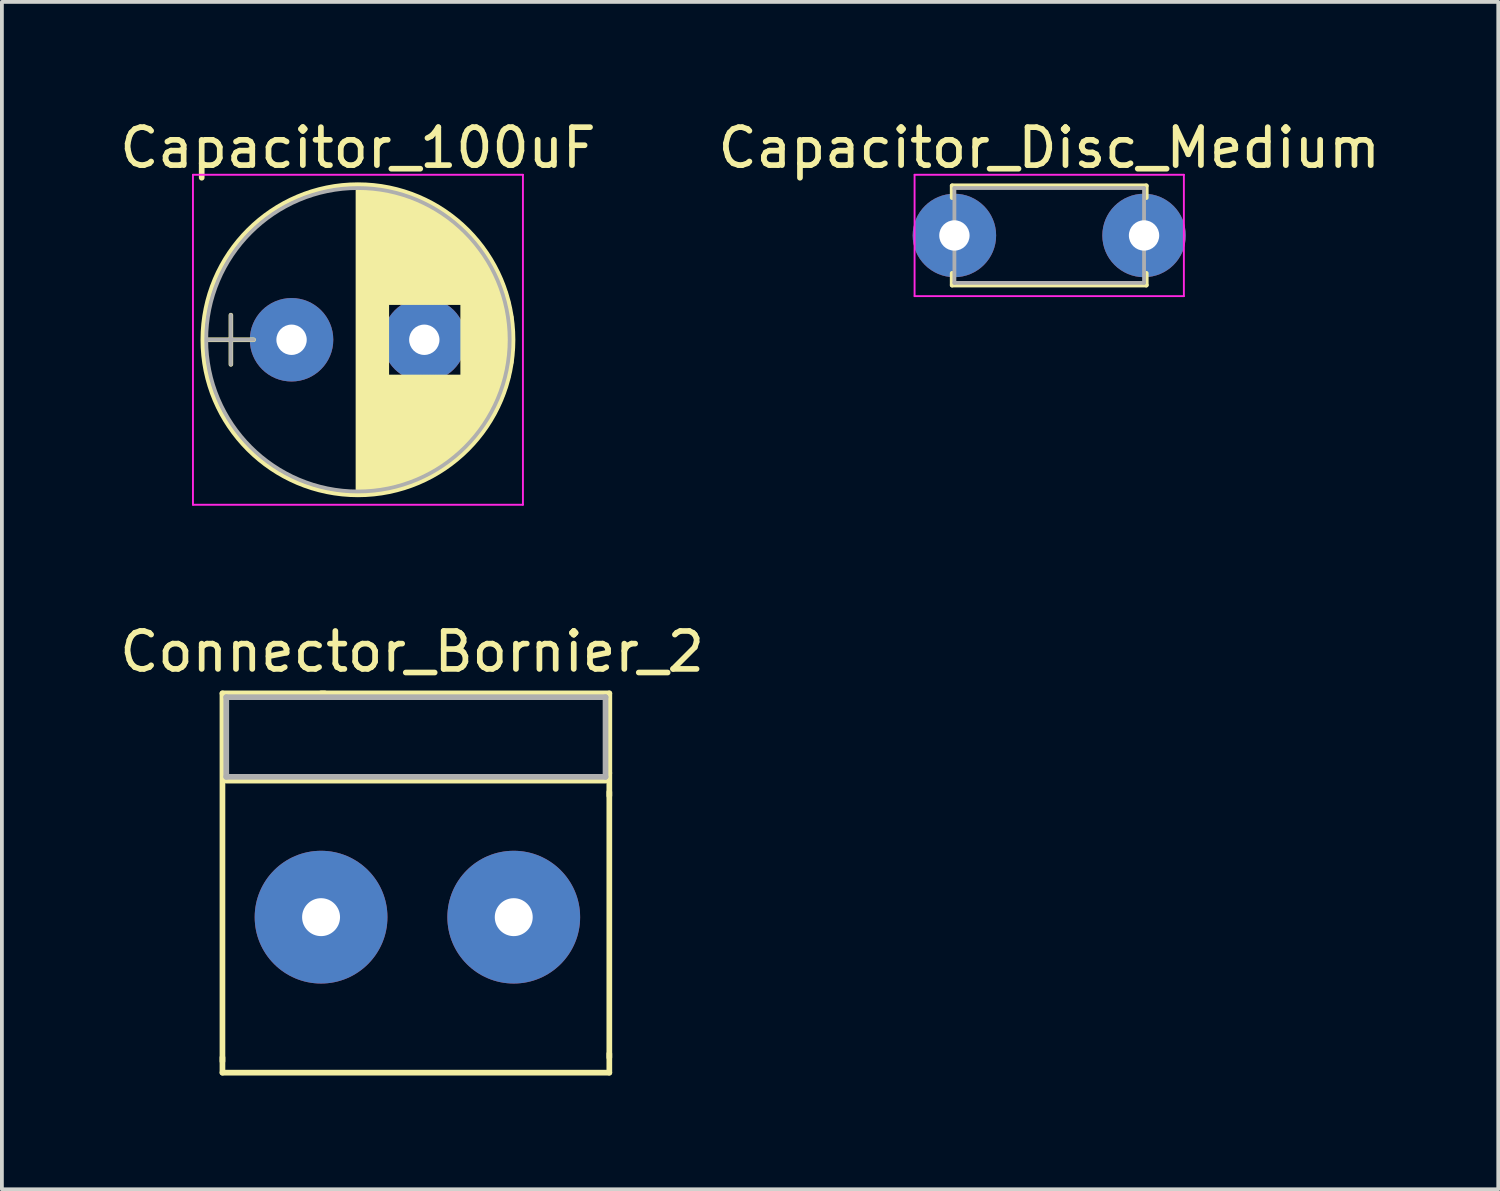
<source format=kicad_pcb>
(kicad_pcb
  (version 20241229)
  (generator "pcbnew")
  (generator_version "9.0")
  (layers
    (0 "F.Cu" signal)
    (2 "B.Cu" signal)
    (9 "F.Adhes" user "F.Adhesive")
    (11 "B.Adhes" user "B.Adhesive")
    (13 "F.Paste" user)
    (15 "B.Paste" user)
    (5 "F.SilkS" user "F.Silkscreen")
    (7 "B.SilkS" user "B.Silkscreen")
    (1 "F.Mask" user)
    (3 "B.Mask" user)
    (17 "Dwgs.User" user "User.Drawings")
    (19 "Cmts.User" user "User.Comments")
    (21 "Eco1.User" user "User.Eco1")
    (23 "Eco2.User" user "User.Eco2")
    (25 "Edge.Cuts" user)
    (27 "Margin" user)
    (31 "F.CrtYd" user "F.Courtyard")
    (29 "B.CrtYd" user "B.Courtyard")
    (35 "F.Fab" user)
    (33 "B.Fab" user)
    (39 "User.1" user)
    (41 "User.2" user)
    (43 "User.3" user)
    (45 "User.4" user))
  (footprint "Capacitor_Disc_Medium"
    (layer "F.Cu")
    (at 22.113 3.158)
    (property "Reference" "Capacitor_Disc_Medium" (at 2.5 -2.31 0) (layer "F.SilkS") (effects (font (size 1 1) (thickness 0.15))))
    (attr through_hole)
    (fp_line (start -0.06 -1.31) (end -0.06 -0.996) (stroke (width 0.12) (type solid)) (layer "F.SilkS"))
    (fp_line (start -0.06 -1.31) (end 5.06 -1.31) (stroke (width 0.12) (type solid)) (layer "F.SilkS"))
    (fp_line (start -0.06 0.996) (end -0.06 1.31) (stroke (width 0.12) (type solid)) (layer "F.SilkS"))
    (fp_line (start -0.06 1.31) (end 5.06 1.31) (stroke (width 0.12) (type solid)) (layer "F.SilkS"))
    (fp_line (start 5.06 -1.31) (end 5.06 -0.996) (stroke (width 0.12) (type solid)) (layer "F.SilkS"))
    (fp_line (start 5.06 0.996) (end 5.06 1.31) (stroke (width 0.12) (type solid)) (layer "F.SilkS"))
    (fp_line (start -1.05 -1.6) (end -1.05 1.6) (stroke (width 0.05) (type solid)) (layer "F.CrtYd"))
    (fp_line (start -1.05 1.6) (end 6.05 1.6) (stroke (width 0.05) (type solid)) (layer "F.CrtYd"))
    (fp_line (start 6.05 -1.6) (end -1.05 -1.6) (stroke (width 0.05) (type solid)) (layer "F.CrtYd"))
    (fp_line (start 6.05 1.6) (end 6.05 -1.6) (stroke (width 0.05) (type solid)) (layer "F.CrtYd"))
    (fp_line (start 0 -1.25) (end 0 1.25) (stroke (width 0.1) (type solid)) (layer "F.Fab"))
    (fp_line (start 0 1.25) (end 5 1.25) (stroke (width 0.1) (type solid)) (layer "F.Fab"))
    (fp_line (start 5 -1.25) (end 0 -1.25) (stroke (width 0.1) (type solid)) (layer "F.Fab"))
    (fp_line (start 5 1.25) (end 5 -1.25) (stroke (width 0.1) (type solid)) (layer "F.Fab"))
    (pad "1" thru_hole circle (at 0 0) (size 2.2 2.2) (drill 0.8) (layers "*.Cu" "*.Mask"))
    (pad "2" thru_hole circle (at 5 0) (size 2.2 2.2) (drill 0.8) (layers "*.Cu" "*.Mask")))
  (footprint "Capacitor_100uF"
    (layer "F.Cu")
    (at 4.637 5.908)
    (property "Reference" "Capacitor_100uF" (at 1.75 -5.06 0) (layer "F.SilkS") (effects (font (size 1 1) (thickness 0.15))))
    (attr through_hole)
    (fp_line (start -2.2 0) (end -1 0) (stroke (width 0.12) (type solid)) (layer "F.SilkS"))
    (fp_line (start -1.6 -0.65) (end -1.6 0.65) (stroke (width 0.12) (type solid)) (layer "F.SilkS"))
    (fp_line (start 1.75 -4.05) (end 1.75 4.05) (stroke (width 0.12) (type solid)) (layer "F.SilkS"))
    (fp_line (start 1.79 -4.05) (end 1.79 4.05) (stroke (width 0.12) (type solid)) (layer "F.SilkS"))
    (fp_line (start 1.83 -4.05) (end 1.83 4.05) (stroke (width 0.12) (type solid)) (layer "F.SilkS"))
    (fp_line (start 1.87 -4.049) (end 1.87 4.049) (stroke (width 0.12) (type solid)) (layer "F.SilkS"))
    (fp_line (start 1.91 -4.047) (end 1.91 4.047) (stroke (width 0.12) (type solid)) (layer "F.SilkS"))
    (fp_line (start 1.95 -4.046) (end 1.95 4.046) (stroke (width 0.12) (type solid)) (layer "F.SilkS"))
    (fp_line (start 1.99 -4.043) (end 1.99 4.043) (stroke (width 0.12) (type solid)) (layer "F.SilkS"))
    (fp_line (start 2.03 -4.041) (end 2.03 4.041) (stroke (width 0.12) (type solid)) (layer "F.SilkS"))
    (fp_line (start 2.07 -4.038) (end 2.07 4.038) (stroke (width 0.12) (type solid)) (layer "F.SilkS"))
    (fp_line (start 2.11 -4.035) (end 2.11 4.035) (stroke (width 0.12) (type solid)) (layer "F.SilkS"))
    (fp_line (start 2.15 -4.031) (end 2.15 4.031) (stroke (width 0.12) (type solid)) (layer "F.SilkS"))
    (fp_line (start 2.19 -4.027) (end 2.19 4.027) (stroke (width 0.12) (type solid)) (layer "F.SilkS"))
    (fp_line (start 2.23 -4.022) (end 2.23 4.022) (stroke (width 0.12) (type solid)) (layer "F.SilkS"))
    (fp_line (start 2.27 -4.017) (end 2.27 4.017) (stroke (width 0.12) (type solid)) (layer "F.SilkS"))
    (fp_line (start 2.31 -4.012) (end 2.31 4.012) (stroke (width 0.12) (type solid)) (layer "F.SilkS"))
    (fp_line (start 2.35 -4.006) (end 2.35 4.006) (stroke (width 0.12) (type solid)) (layer "F.SilkS"))
    (fp_line (start 2.39 -4) (end 2.39 4) (stroke (width 0.12) (type solid)) (layer "F.SilkS"))
    (fp_line (start 2.43 -3.994) (end 2.43 3.994) (stroke (width 0.12) (type solid)) (layer "F.SilkS"))
    (fp_line (start 2.471 -3.987) (end 2.471 3.987) (stroke (width 0.12) (type solid)) (layer "F.SilkS"))
    (fp_line (start 2.511 -3.979) (end 2.511 3.979) (stroke (width 0.12) (type solid)) (layer "F.SilkS"))
    (fp_line (start 2.551 -3.971) (end 2.551 -0.98) (stroke (width 0.12) (type solid)) (layer "F.SilkS"))
    (fp_line (start 2.551 0.98) (end 2.551 3.971) (stroke (width 0.12) (type solid)) (layer "F.SilkS"))
    (fp_line (start 2.591 -3.963) (end 2.591 -0.98) (stroke (width 0.12) (type solid)) (layer "F.SilkS"))
    (fp_line (start 2.591 0.98) (end 2.591 3.963) (stroke (width 0.12) (type solid)) (layer "F.SilkS"))
    (fp_line (start 2.631 -3.955) (end 2.631 -0.98) (stroke (width 0.12) (type solid)) (layer "F.SilkS"))
    (fp_line (start 2.631 0.98) (end 2.631 3.955) (stroke (width 0.12) (type solid)) (layer "F.SilkS"))
    (fp_line (start 2.671 -3.946) (end 2.671 -0.98) (stroke (width 0.12) (type solid)) (layer "F.SilkS"))
    (fp_line (start 2.671 0.98) (end 2.671 3.946) (stroke (width 0.12) (type solid)) (layer "F.SilkS"))
    (fp_line (start 2.711 -3.936) (end 2.711 -0.98) (stroke (width 0.12) (type solid)) (layer "F.SilkS"))
    (fp_line (start 2.711 0.98) (end 2.711 3.936) (stroke (width 0.12) (type solid)) (layer "F.SilkS"))
    (fp_line (start 2.751 -3.926) (end 2.751 -0.98) (stroke (width 0.12) (type solid)) (layer "F.SilkS"))
    (fp_line (start 2.751 0.98) (end 2.751 3.926) (stroke (width 0.12) (type solid)) (layer "F.SilkS"))
    (fp_line (start 2.791 -3.916) (end 2.791 -0.98) (stroke (width 0.12) (type solid)) (layer "F.SilkS"))
    (fp_line (start 2.791 0.98) (end 2.791 3.916) (stroke (width 0.12) (type solid)) (layer "F.SilkS"))
    (fp_line (start 2.831 -3.905) (end 2.831 -0.98) (stroke (width 0.12) (type solid)) (layer "F.SilkS"))
    (fp_line (start 2.831 0.98) (end 2.831 3.905) (stroke (width 0.12) (type solid)) (layer "F.SilkS"))
    (fp_line (start 2.871 -3.894) (end 2.871 -0.98) (stroke (width 0.12) (type solid)) (layer "F.SilkS"))
    (fp_line (start 2.871 0.98) (end 2.871 3.894) (stroke (width 0.12) (type solid)) (layer "F.SilkS"))
    (fp_line (start 2.911 -3.883) (end 2.911 -0.98) (stroke (width 0.12) (type solid)) (layer "F.SilkS"))
    (fp_line (start 2.911 0.98) (end 2.911 3.883) (stroke (width 0.12) (type solid)) (layer "F.SilkS"))
    (fp_line (start 2.951 -3.87) (end 2.951 -0.98) (stroke (width 0.12) (type solid)) (layer "F.SilkS"))
    (fp_line (start 2.951 0.98) (end 2.951 3.87) (stroke (width 0.12) (type solid)) (layer "F.SilkS"))
    (fp_line (start 2.991 -3.858) (end 2.991 -0.98) (stroke (width 0.12) (type solid)) (layer "F.SilkS"))
    (fp_line (start 2.991 0.98) (end 2.991 3.858) (stroke (width 0.12) (type solid)) (layer "F.SilkS"))
    (fp_line (start 3.031 -3.845) (end 3.031 -0.98) (stroke (width 0.12) (type solid)) (layer "F.SilkS"))
    (fp_line (start 3.031 0.98) (end 3.031 3.845) (stroke (width 0.12) (type solid)) (layer "F.SilkS"))
    (fp_line (start 3.071 -3.832) (end 3.071 -0.98) (stroke (width 0.12) (type solid)) (layer "F.SilkS"))
    (fp_line (start 3.071 0.98) (end 3.071 3.832) (stroke (width 0.12) (type solid)) (layer "F.SilkS"))
    (fp_line (start 3.111 -3.818) (end 3.111 -0.98) (stroke (width 0.12) (type solid)) (layer "F.SilkS"))
    (fp_line (start 3.111 0.98) (end 3.111 3.818) (stroke (width 0.12) (type solid)) (layer "F.SilkS"))
    (fp_line (start 3.151 -3.803) (end 3.151 -0.98) (stroke (width 0.12) (type solid)) (layer "F.SilkS"))
    (fp_line (start 3.151 0.98) (end 3.151 3.803) (stroke (width 0.12) (type solid)) (layer "F.SilkS"))
    (fp_line (start 3.191 -3.789) (end 3.191 -0.98) (stroke (width 0.12) (type solid)) (layer "F.SilkS"))
    (fp_line (start 3.191 0.98) (end 3.191 3.789) (stroke (width 0.12) (type solid)) (layer "F.SilkS"))
    (fp_line (start 3.231 -3.773) (end 3.231 -0.98) (stroke (width 0.12) (type solid)) (layer "F.SilkS"))
    (fp_line (start 3.231 0.98) (end 3.231 3.773) (stroke (width 0.12) (type solid)) (layer "F.SilkS"))
    (fp_line (start 3.271 -3.758) (end 3.271 -0.98) (stroke (width 0.12) (type solid)) (layer "F.SilkS"))
    (fp_line (start 3.271 0.98) (end 3.271 3.758) (stroke (width 0.12) (type solid)) (layer "F.SilkS"))
    (fp_line (start 3.311 -3.741) (end 3.311 -0.98) (stroke (width 0.12) (type solid)) (layer "F.SilkS"))
    (fp_line (start 3.311 0.98) (end 3.311 3.741) (stroke (width 0.12) (type solid)) (layer "F.SilkS"))
    (fp_line (start 3.351 -3.725) (end 3.351 -0.98) (stroke (width 0.12) (type solid)) (layer "F.SilkS"))
    (fp_line (start 3.351 0.98) (end 3.351 3.725) (stroke (width 0.12) (type solid)) (layer "F.SilkS"))
    (fp_line (start 3.391 -3.707) (end 3.391 -0.98) (stroke (width 0.12) (type solid)) (layer "F.SilkS"))
    (fp_line (start 3.391 0.98) (end 3.391 3.707) (stroke (width 0.12) (type solid)) (layer "F.SilkS"))
    (fp_line (start 3.431 -3.69) (end 3.431 -0.98) (stroke (width 0.12) (type solid)) (layer "F.SilkS"))
    (fp_line (start 3.431 0.98) (end 3.431 3.69) (stroke (width 0.12) (type solid)) (layer "F.SilkS"))
    (fp_line (start 3.471 -3.671) (end 3.471 -0.98) (stroke (width 0.12) (type solid)) (layer "F.SilkS"))
    (fp_line (start 3.471 0.98) (end 3.471 3.671) (stroke (width 0.12) (type solid)) (layer "F.SilkS"))
    (fp_line (start 3.511 -3.652) (end 3.511 -0.98) (stroke (width 0.12) (type solid)) (layer "F.SilkS"))
    (fp_line (start 3.511 0.98) (end 3.511 3.652) (stroke (width 0.12) (type solid)) (layer "F.SilkS"))
    (fp_line (start 3.551 -3.633) (end 3.551 -0.98) (stroke (width 0.12) (type solid)) (layer "F.SilkS"))
    (fp_line (start 3.551 0.98) (end 3.551 3.633) (stroke (width 0.12) (type solid)) (layer "F.SilkS"))
    (fp_line (start 3.591 -3.613) (end 3.591 -0.98) (stroke (width 0.12) (type solid)) (layer "F.SilkS"))
    (fp_line (start 3.591 0.98) (end 3.591 3.613) (stroke (width 0.12) (type solid)) (layer "F.SilkS"))
    (fp_line (start 3.631 -3.593) (end 3.631 -0.98) (stroke (width 0.12) (type solid)) (layer "F.SilkS"))
    (fp_line (start 3.631 0.98) (end 3.631 3.593) (stroke (width 0.12) (type solid)) (layer "F.SilkS"))
    (fp_line (start 3.671 -3.572) (end 3.671 -0.98) (stroke (width 0.12) (type solid)) (layer "F.SilkS"))
    (fp_line (start 3.671 0.98) (end 3.671 3.572) (stroke (width 0.12) (type solid)) (layer "F.SilkS"))
    (fp_line (start 3.711 -3.55) (end 3.711 -0.98) (stroke (width 0.12) (type solid)) (layer "F.SilkS"))
    (fp_line (start 3.711 0.98) (end 3.711 3.55) (stroke (width 0.12) (type solid)) (layer "F.SilkS"))
    (fp_line (start 3.751 -3.528) (end 3.751 -0.98) (stroke (width 0.12) (type solid)) (layer "F.SilkS"))
    (fp_line (start 3.751 0.98) (end 3.751 3.528) (stroke (width 0.12) (type solid)) (layer "F.SilkS"))
    (fp_line (start 3.791 -3.505) (end 3.791 -0.98) (stroke (width 0.12) (type solid)) (layer "F.SilkS"))
    (fp_line (start 3.791 0.98) (end 3.791 3.505) (stroke (width 0.12) (type solid)) (layer "F.SilkS"))
    (fp_line (start 3.831 -3.482) (end 3.831 -0.98) (stroke (width 0.12) (type solid)) (layer "F.SilkS"))
    (fp_line (start 3.831 0.98) (end 3.831 3.482) (stroke (width 0.12) (type solid)) (layer "F.SilkS"))
    (fp_line (start 3.871 -3.458) (end 3.871 -0.98) (stroke (width 0.12) (type solid)) (layer "F.SilkS"))
    (fp_line (start 3.871 0.98) (end 3.871 3.458) (stroke (width 0.12) (type solid)) (layer "F.SilkS"))
    (fp_line (start 3.911 -3.434) (end 3.911 -0.98) (stroke (width 0.12) (type solid)) (layer "F.SilkS"))
    (fp_line (start 3.911 0.98) (end 3.911 3.434) (stroke (width 0.12) (type solid)) (layer "F.SilkS"))
    (fp_line (start 3.951 -3.408) (end 3.951 -0.98) (stroke (width 0.12) (type solid)) (layer "F.SilkS"))
    (fp_line (start 3.951 0.98) (end 3.951 3.408) (stroke (width 0.12) (type solid)) (layer "F.SilkS"))
    (fp_line (start 3.991 -3.383) (end 3.991 -0.98) (stroke (width 0.12) (type solid)) (layer "F.SilkS"))
    (fp_line (start 3.991 0.98) (end 3.991 3.383) (stroke (width 0.12) (type solid)) (layer "F.SilkS"))
    (fp_line (start 4.031 -3.356) (end 4.031 -0.98) (stroke (width 0.12) (type solid)) (layer "F.SilkS"))
    (fp_line (start 4.031 0.98) (end 4.031 3.356) (stroke (width 0.12) (type solid)) (layer "F.SilkS"))
    (fp_line (start 4.071 -3.329) (end 4.071 -0.98) (stroke (width 0.12) (type solid)) (layer "F.SilkS"))
    (fp_line (start 4.071 0.98) (end 4.071 3.329) (stroke (width 0.12) (type solid)) (layer "F.SilkS"))
    (fp_line (start 4.111 -3.301) (end 4.111 -0.98) (stroke (width 0.12) (type solid)) (layer "F.SilkS"))
    (fp_line (start 4.111 0.98) (end 4.111 3.301) (stroke (width 0.12) (type solid)) (layer "F.SilkS"))
    (fp_line (start 4.151 -3.272) (end 4.151 -0.98) (stroke (width 0.12) (type solid)) (layer "F.SilkS"))
    (fp_line (start 4.151 0.98) (end 4.151 3.272) (stroke (width 0.12) (type solid)) (layer "F.SilkS"))
    (fp_line (start 4.191 -3.243) (end 4.191 -0.98) (stroke (width 0.12) (type solid)) (layer "F.SilkS"))
    (fp_line (start 4.191 0.98) (end 4.191 3.243) (stroke (width 0.12) (type solid)) (layer "F.SilkS"))
    (fp_line (start 4.231 -3.213) (end 4.231 -0.98) (stroke (width 0.12) (type solid)) (layer "F.SilkS"))
    (fp_line (start 4.231 0.98) (end 4.231 3.213) (stroke (width 0.12) (type solid)) (layer "F.SilkS"))
    (fp_line (start 4.271 -3.182) (end 4.271 -0.98) (stroke (width 0.12) (type solid)) (layer "F.SilkS"))
    (fp_line (start 4.271 0.98) (end 4.271 3.182) (stroke (width 0.12) (type solid)) (layer "F.SilkS"))
    (fp_line (start 4.311 -3.15) (end 4.311 -0.98) (stroke (width 0.12) (type solid)) (layer "F.SilkS"))
    (fp_line (start 4.311 0.98) (end 4.311 3.15) (stroke (width 0.12) (type solid)) (layer "F.SilkS"))
    (fp_line (start 4.351 -3.118) (end 4.351 -0.98) (stroke (width 0.12) (type solid)) (layer "F.SilkS"))
    (fp_line (start 4.351 0.98) (end 4.351 3.118) (stroke (width 0.12) (type solid)) (layer "F.SilkS"))
    (fp_line (start 4.391 -3.084) (end 4.391 -0.98) (stroke (width 0.12) (type solid)) (layer "F.SilkS"))
    (fp_line (start 4.391 0.98) (end 4.391 3.084) (stroke (width 0.12) (type solid)) (layer "F.SilkS"))
    (fp_line (start 4.431 -3.05) (end 4.431 -0.98) (stroke (width 0.12) (type solid)) (layer "F.SilkS"))
    (fp_line (start 4.431 0.98) (end 4.431 3.05) (stroke (width 0.12) (type solid)) (layer "F.SilkS"))
    (fp_line (start 4.471 -3.015) (end 4.471 -0.98) (stroke (width 0.12) (type solid)) (layer "F.SilkS"))
    (fp_line (start 4.471 0.98) (end 4.471 3.015) (stroke (width 0.12) (type solid)) (layer "F.SilkS"))
    (fp_line (start 4.511 -2.979) (end 4.511 2.979) (stroke (width 0.12) (type solid)) (layer "F.SilkS"))
    (fp_line (start 4.551 -2.942) (end 4.551 2.942) (stroke (width 0.12) (type solid)) (layer "F.SilkS"))
    (fp_line (start 4.591 -2.904) (end 4.591 2.904) (stroke (width 0.12) (type solid)) (layer "F.SilkS"))
    (fp_line (start 4.631 -2.865) (end 4.631 2.865) (stroke (width 0.12) (type solid)) (layer "F.SilkS"))
    (fp_line (start 4.671 -2.824) (end 4.671 2.824) (stroke (width 0.12) (type solid)) (layer "F.SilkS"))
    (fp_line (start 4.711 -2.783) (end 4.711 2.783) (stroke (width 0.12) (type solid)) (layer "F.SilkS"))
    (fp_line (start 4.751 -2.74) (end 4.751 2.74) (stroke (width 0.12) (type solid)) (layer "F.SilkS"))
    (fp_line (start 4.791 -2.697) (end 4.791 2.697) (stroke (width 0.12) (type solid)) (layer "F.SilkS"))
    (fp_line (start 4.831 -2.652) (end 4.831 2.652) (stroke (width 0.12) (type solid)) (layer "F.SilkS"))
    (fp_line (start 4.871 -2.605) (end 4.871 2.605) (stroke (width 0.12) (type solid)) (layer "F.SilkS"))
    (fp_line (start 4.911 -2.557) (end 4.911 2.557) (stroke (width 0.12) (type solid)) (layer "F.SilkS"))
    (fp_line (start 4.951 -2.508) (end 4.951 2.508) (stroke (width 0.12) (type solid)) (layer "F.SilkS"))
    (fp_line (start 4.991 -2.457) (end 4.991 2.457) (stroke (width 0.12) (type solid)) (layer "F.SilkS"))
    (fp_line (start 5.031 -2.404) (end 5.031 2.404) (stroke (width 0.12) (type solid)) (layer "F.SilkS"))
    (fp_line (start 5.071 -2.349) (end 5.071 2.349) (stroke (width 0.12) (type solid)) (layer "F.SilkS"))
    (fp_line (start 5.111 -2.293) (end 5.111 2.293) (stroke (width 0.12) (type solid)) (layer "F.SilkS"))
    (fp_line (start 5.151 -2.234) (end 5.151 2.234) (stroke (width 0.12) (type solid)) (layer "F.SilkS"))
    (fp_line (start 5.191 -2.173) (end 5.191 2.173) (stroke (width 0.12) (type solid)) (layer "F.SilkS"))
    (fp_line (start 5.231 -2.109) (end 5.231 2.109) (stroke (width 0.12) (type solid)) (layer "F.SilkS"))
    (fp_line (start 5.271 -2.043) (end 5.271 2.043) (stroke (width 0.12) (type solid)) (layer "F.SilkS"))
    (fp_line (start 5.311 -1.974) (end 5.311 1.974) (stroke (width 0.12) (type solid)) (layer "F.SilkS"))
    (fp_line (start 5.351 -1.902) (end 5.351 1.902) (stroke (width 0.12) (type solid)) (layer "F.SilkS"))
    (fp_line (start 5.391 -1.826) (end 5.391 1.826) (stroke (width 0.12) (type solid)) (layer "F.SilkS"))
    (fp_line (start 5.431 -1.745) (end 5.431 1.745) (stroke (width 0.12) (type solid)) (layer "F.SilkS"))
    (fp_line (start 5.471 -1.66) (end 5.471 1.66) (stroke (width 0.12) (type solid)) (layer "F.SilkS"))
    (fp_line (start 5.511 -1.57) (end 5.511 1.57) (stroke (width 0.12) (type solid)) (layer "F.SilkS"))
    (fp_line (start 5.551 -1.473) (end 5.551 1.473) (stroke (width 0.12) (type solid)) (layer "F.SilkS"))
    (fp_line (start 5.591 -1.369) (end 5.591 1.369) (stroke (width 0.12) (type solid)) (layer "F.SilkS"))
    (fp_line (start 5.631 -1.254) (end 5.631 1.254) (stroke (width 0.12) (type solid)) (layer "F.SilkS"))
    (fp_line (start 5.671 -1.127) (end 5.671 1.127) (stroke (width 0.12) (type solid)) (layer "F.SilkS"))
    (fp_line (start 5.711 -0.983) (end 5.711 0.983) (stroke (width 0.12) (type solid)) (layer "F.SilkS"))
    (fp_line (start 5.751 -0.814) (end 5.751 0.814) (stroke (width 0.12) (type solid)) (layer "F.SilkS"))
    (fp_line (start 5.791 -0.598) (end 5.791 0.598) (stroke (width 0.12) (type solid)) (layer "F.SilkS"))
    (fp_line (start 5.831 -0.246) (end 5.831 0.246) (stroke (width 0.12) (type solid)) (layer "F.SilkS"))
    (fp_circle (center 1.75 0) (end 5.84 0) (stroke (width 0.12) (type solid)) (fill no) (layer "F.SilkS"))
    (fp_line (start -2.6 -4.35) (end -2.6 4.35) (stroke (width 0.05) (type solid)) (layer "F.CrtYd"))
    (fp_line (start -2.6 4.35) (end 6.1 4.35) (stroke (width 0.05) (type solid)) (layer "F.CrtYd"))
    (fp_line (start 6.1 -4.35) (end -2.6 -4.35) (stroke (width 0.05) (type solid)) (layer "F.CrtYd"))
    (fp_line (start 6.1 4.35) (end 6.1 -4.35) (stroke (width 0.05) (type solid)) (layer "F.CrtYd"))
    (fp_line (start -2.2 0) (end -1 0) (stroke (width 0.1) (type solid)) (layer "F.Fab"))
    (fp_line (start -1.6 -0.65) (end -1.6 0.65) (stroke (width 0.1) (type solid)) (layer "F.Fab"))
    (fp_circle (center 1.75 0) (end 5.75 0) (stroke (width 0.1) (type solid)) (fill no) (layer "F.Fab"))
    (pad "1" thru_hole circle (at 0 0) (size 2.2 2.2) (drill 0.8) (layers "*.Cu" "*.Mask"))
    (pad "2" thru_hole circle (at 3.5 0) (size 2.2 2.2) (drill 0.8) (layers "*.Cu" "*.Mask")))
  (footprint "Connector_Bornier_2"
    (layer "F.Cu")
    (at 5.415 21.131)
    (property "Reference" "Connector_Bornier_2" (at 2.4 -7 0) (layer "F.SilkS") (effects (font (size 1 1) (thickness 0.15))))
    (attr through_hole)
    (fp_line (start -2.6 -5.9) (end 0.1 -5.9) (stroke (width 0.15) (type solid)) (layer "F.SilkS"))
    (fp_line (start -2.6 3.7) (end -2.6 4.1) (stroke (width 0.15) (type solid)) (layer "F.SilkS"))
    (fp_line (start -2.6 3.8) (end -2.6 -5.9) (stroke (width 0.15) (type solid)) (layer "F.SilkS"))
    (fp_line (start -2.6 4.1) (end 7.6 4.1) (stroke (width 0.15) (type solid)) (layer "F.SilkS"))
    (fp_line (start -2.5 -3.6) (end 7.5 -3.6) (stroke (width 0.15) (type solid)) (layer "F.SilkS"))
    (fp_line (start 0 -5.9) (end 7.6 -5.9) (stroke (width 0.15) (type solid)) (layer "F.SilkS"))
    (fp_line (start 7.6 -5.9) (end 7.6 -3.8) (stroke (width 0.15) (type solid)) (layer "F.SilkS"))
    (fp_line (start 7.6 -3.8) (end 7.6 -3.2) (stroke (width 0.15) (type solid)) (layer "F.SilkS"))
    (fp_line (start 7.6 3.7) (end 7.6 -3.3) (stroke (width 0.15) (type solid)) (layer "F.SilkS"))
    (fp_line (start 7.6 4.1) (end 7.6 3.6) (stroke (width 0.15) (type solid)) (layer "F.SilkS"))
    (fp_line (start -2.5 -5.8) (end -2.5 -3.7) (stroke (width 0.15) (type solid)) (layer "F.Fab"))
    (fp_line (start -2.5 -3.7) (end 7.5 -3.7) (stroke (width 0.15) (type solid)) (layer "F.Fab"))
    (fp_line (start 7.5 -5.8) (end -2.5 -5.8) (stroke (width 0.15) (type solid)) (layer "F.Fab"))
    (fp_line (start 7.5 -3.7) (end 7.5 -5.8) (stroke (width 0.15) (type solid)) (layer "F.Fab"))
    (pad "1" thru_hole circle (at 0 0) (size 3.5 3.5) (drill 1) (layers "*.Cu" "*.Mask"))
    (pad "2" thru_hole circle (at 5.08 0) (size 3.5 3.5) (drill 1) (layers "*.Cu" "*.Mask")))
  (gr_rect
    (start -3 -3)
    (end 36.452 28.306)
    (stroke (width 0.1) (type default))
    (fill no)
    (layer "Edge.Cuts")))
</source>
